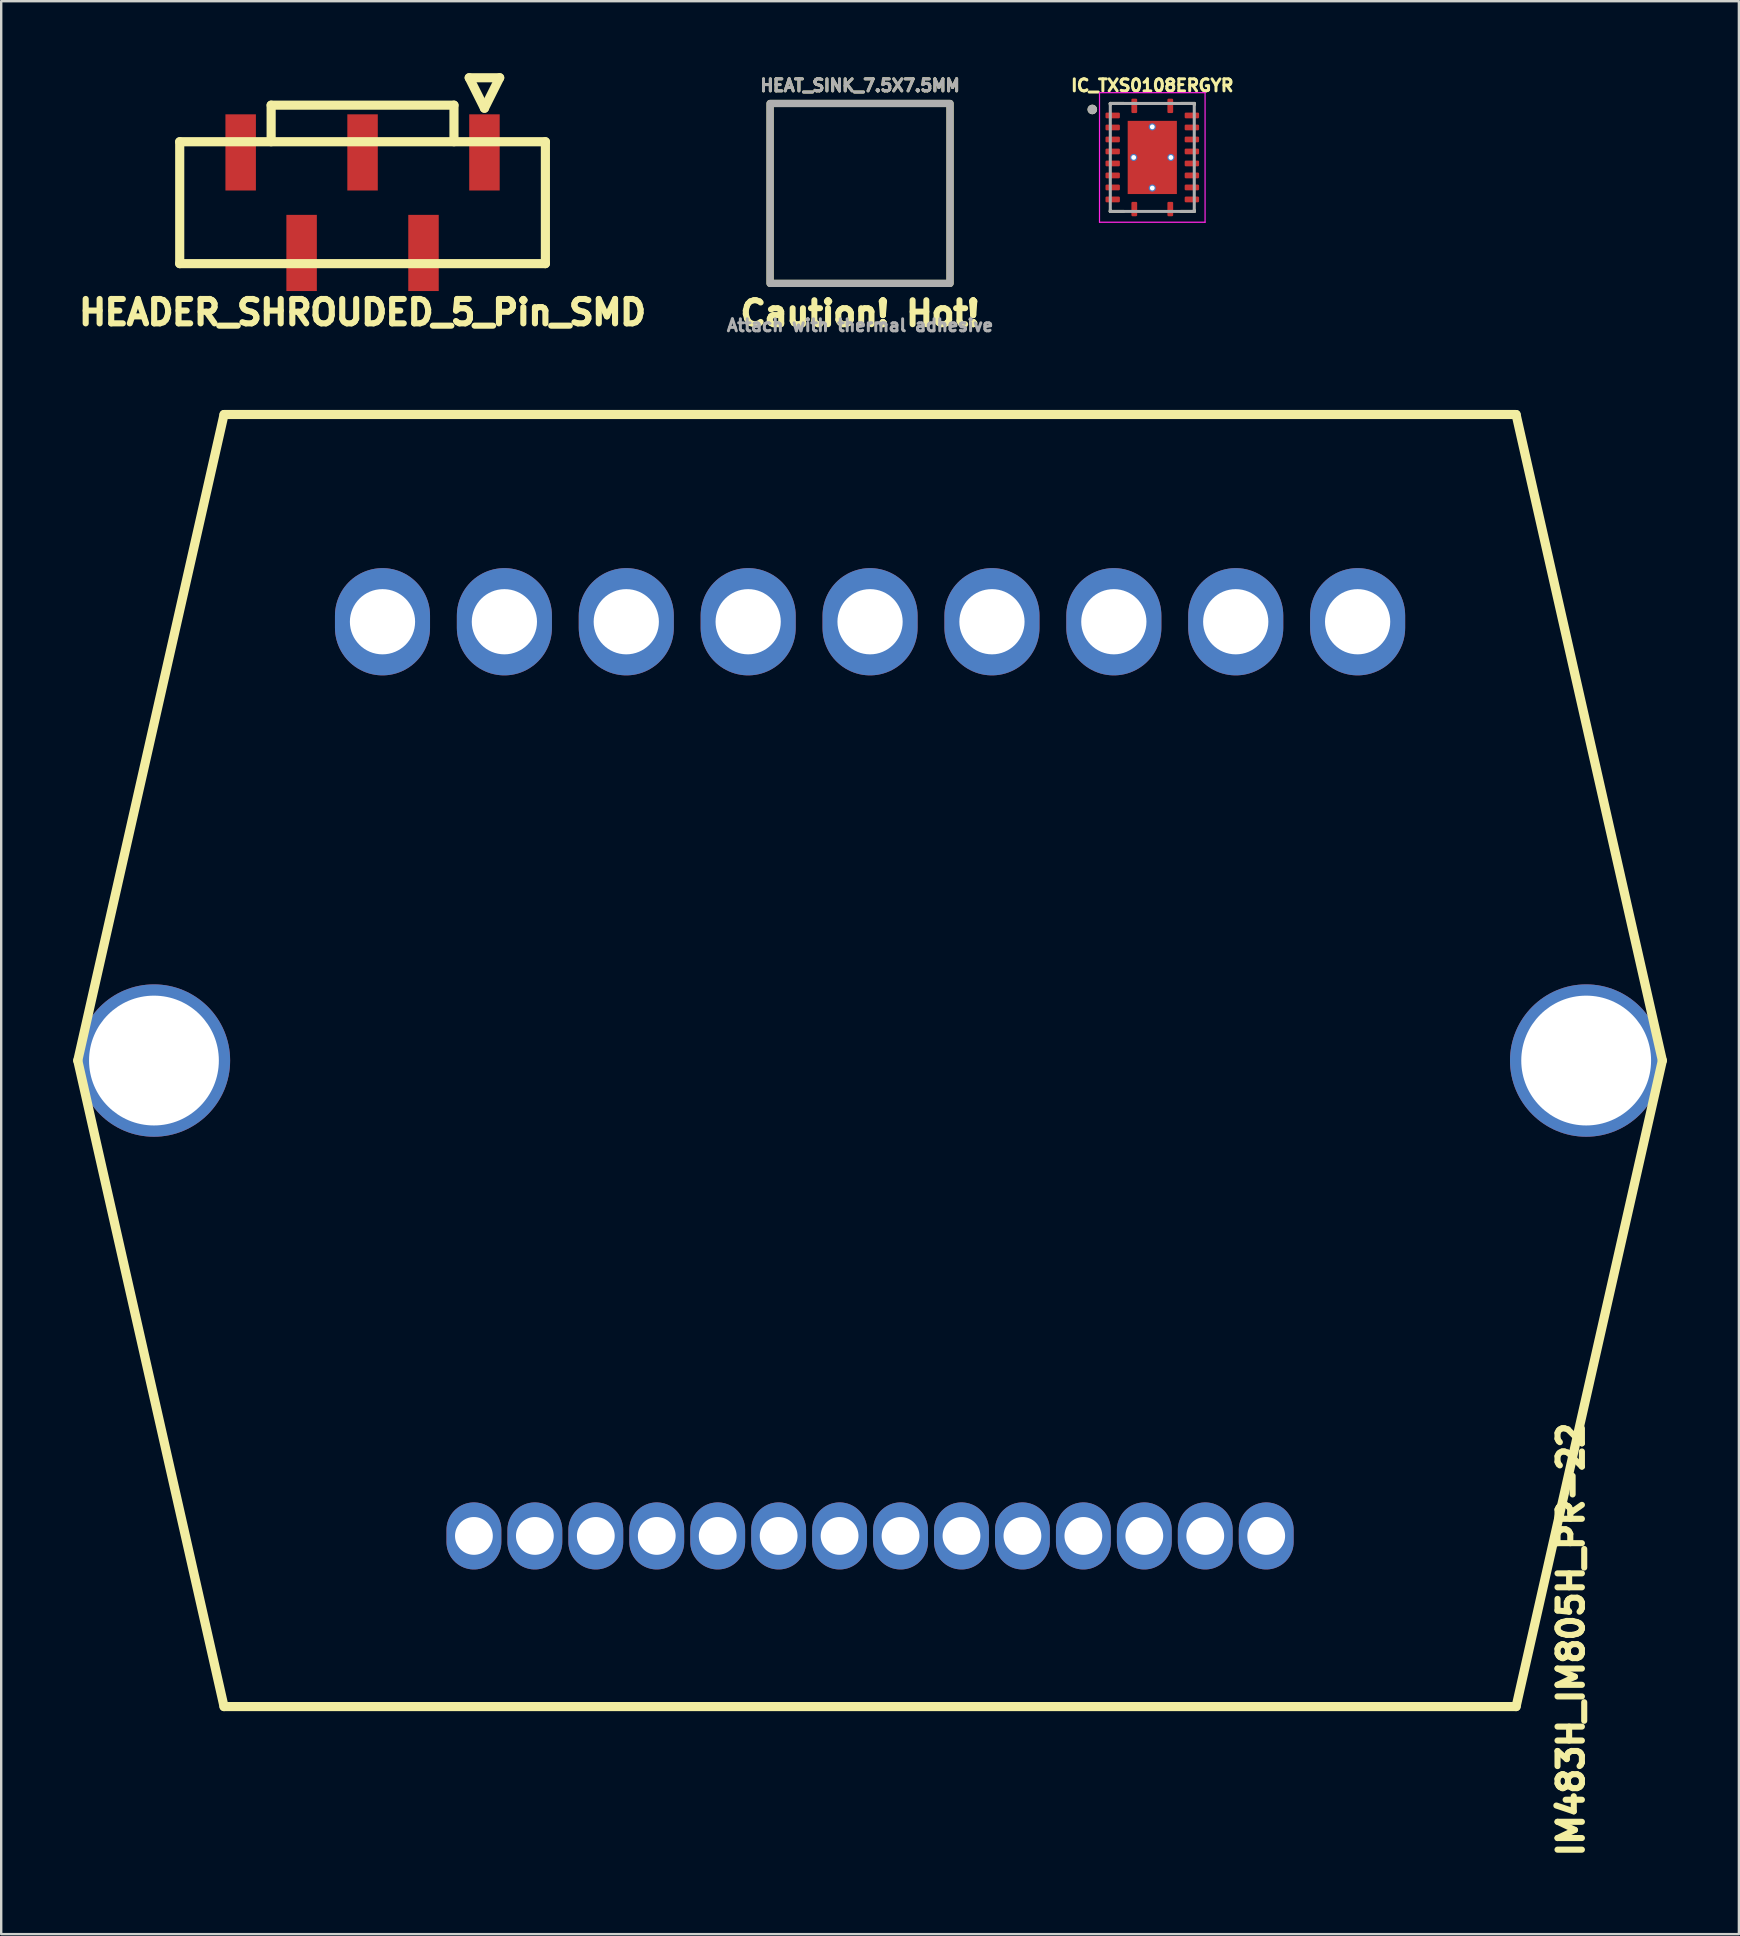
<source format=kicad_pcb>
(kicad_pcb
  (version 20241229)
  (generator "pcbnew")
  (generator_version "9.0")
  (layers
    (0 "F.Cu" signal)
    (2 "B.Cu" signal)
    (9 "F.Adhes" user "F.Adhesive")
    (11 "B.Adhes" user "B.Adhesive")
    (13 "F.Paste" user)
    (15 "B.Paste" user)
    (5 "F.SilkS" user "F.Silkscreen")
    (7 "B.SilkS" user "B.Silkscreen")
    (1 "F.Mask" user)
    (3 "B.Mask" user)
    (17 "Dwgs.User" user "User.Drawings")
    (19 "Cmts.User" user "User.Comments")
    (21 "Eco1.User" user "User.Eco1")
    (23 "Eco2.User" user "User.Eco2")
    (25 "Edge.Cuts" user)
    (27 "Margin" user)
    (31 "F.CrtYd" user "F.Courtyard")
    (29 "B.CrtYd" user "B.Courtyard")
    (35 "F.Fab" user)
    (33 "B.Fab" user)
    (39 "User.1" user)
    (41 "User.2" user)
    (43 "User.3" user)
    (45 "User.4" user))
  (footprint "HEADER_SHROUDED_5_Pin_SMD"
    (layer "F.Cu")
    (at 12.06 5.397)
    (property "Reference" "HEADER_SHROUDED_5_Pin_SMD" (at 0 4.572 0) (layer "F.SilkS") (effects (font (size 1.016 1.016) (thickness 0.254))))
    (property "Value" "${VALUE}" (at 0 -5.08 0) (layer "F.SilkS") (hide yes) (effects (font (size 1.016 1.016) (thickness 0.254))))
    (attr through_hole)
    (fp_line (start -7.62 -2.54) (end -7.62 2.54) (stroke (width 0.381) (type solid)) (layer "F.SilkS"))
    (fp_line (start -7.62 2.54) (end 7.62 2.54) (stroke (width 0.381) (type solid)) (layer "F.SilkS"))
    (fp_line (start -3.81 -4.064) (end 3.81 -4.064) (stroke (width 0.381) (type solid)) (layer "F.SilkS"))
    (fp_line (start -3.81 -2.54) (end -3.81 -4.064) (stroke (width 0.381) (type solid)) (layer "F.SilkS"))
    (fp_line (start 3.81 -2.54) (end 3.81 -4.064) (stroke (width 0.381) (type solid)) (layer "F.SilkS"))
    (fp_line (start 4.445 -5.207) (end 5.08 -3.937) (stroke (width 0.381) (type solid)) (layer "F.SilkS"))
    (fp_line (start 5.08 -3.937) (end 5.715 -5.207) (stroke (width 0.381) (type solid)) (layer "F.SilkS"))
    (fp_line (start 5.715 -5.207) (end 4.445 -5.207) (stroke (width 0.381) (type solid)) (layer "F.SilkS"))
    (fp_line (start 7.62 -2.54) (end -7.62 -2.54) (stroke (width 0.381) (type solid)) (layer "F.SilkS"))
    (fp_line (start 7.62 2.54) (end 7.62 -2.54) (stroke (width 0.381) (type solid)) (layer "F.SilkS"))
    (pad "1" smd rect (at 5.08 -2.095) (size 1.27 3.175) (layers "F.Cu" "F.Mask" "F.Paste"))
    (pad "2" smd rect (at 2.54 2.095) (size 1.27 3.175) (layers "F.Cu" "F.Mask" "F.Paste"))
    (pad "3" smd rect (at 0 -2.095) (size 1.27 3.175) (layers "F.Cu" "F.Mask" "F.Paste"))
    (pad "4" smd rect (at -2.54 2.095) (size 1.27 3.175) (layers "F.Cu" "F.Mask" "F.Paste"))
    (pad "5" smd rect (at -5.08 -2.095) (size 1.27 3.175) (layers "F.Cu" "F.Mask" "F.Paste")))
  (footprint "IM483H_IM805H_PR-22"
    (layer "F.Cu")
    (at 33.211 41.15)
    (property "Reference" "IM483H_IM805H_PR-22" (at 29.21 24.13 90) (layer "F.SilkS") (effects (font (size 1.016 1.016) (thickness 0.254))))
    (attr through_hole)
    (fp_line (start -33.02 0) (end -26.924 -26.924) (stroke (width 0.381) (type solid)) (layer "F.SilkS"))
    (fp_line (start -26.924 -26.924) (end 26.924 -26.924) (stroke (width 0.381) (type solid)) (layer "F.SilkS"))
    (fp_line (start -26.924 26.924) (end -33.02 0) (stroke (width 0.381) (type solid)) (layer "F.SilkS"))
    (fp_line (start 26.924 -26.924) (end 33.02 0) (stroke (width 0.381) (type solid)) (layer "F.SilkS"))
    (fp_line (start 26.924 26.924) (end -26.924 26.924) (stroke (width 0.381) (type solid)) (layer "F.SilkS"))
    (fp_line (start 33.02 0) (end 26.924 26.924) (stroke (width 0.381) (type solid)) (layer "F.SilkS"))
    (pad "" np_thru_hole circle (at -29.845 0) (size 6.35 6.35) (drill 5.41) (layers "*.Cu" "*.Mask"))
    (pad "" np_thru_hole circle (at 29.845 0) (size 6.35 6.35) (drill 5.41) (layers "*.Cu" "*.Mask"))
    (pad "1_1" thru_hole oval (at 16.51 19.812) (size 2.286 2.794) (drill 1.575) (layers "*.Cu" "*.Mask"))
    (pad "1_2" thru_hole oval (at 13.97 19.812) (size 2.286 2.794) (drill 1.575) (layers "*.Cu" "*.Mask"))
    (pad "1_3" thru_hole oval (at 11.43 19.812) (size 2.286 2.794) (drill 1.575) (layers "*.Cu" "*.Mask"))
    (pad "1_4" thru_hole oval (at 8.89 19.812) (size 2.286 2.794) (drill 1.575) (layers "*.Cu" "*.Mask"))
    (pad "1_5" thru_hole oval (at 6.35 19.812) (size 2.286 2.794) (drill 1.575) (layers "*.Cu" "*.Mask"))
    (pad "1_6" thru_hole oval (at 3.81 19.812) (size 2.286 2.794) (drill 1.575) (layers "*.Cu" "*.Mask"))
    (pad "1_7" thru_hole oval (at 1.27 19.812) (size 2.286 2.794) (drill 1.575) (layers "*.Cu" "*.Mask"))
    (pad "1_8" thru_hole oval (at -1.27 19.812) (size 2.286 2.794) (drill 1.575) (layers "*.Cu" "*.Mask"))
    (pad "1_9" thru_hole oval (at -3.81 19.812) (size 2.286 2.794) (drill 1.575) (layers "*.Cu" "*.Mask"))
    (pad "1_10" thru_hole oval (at -6.35 19.812) (size 2.286 2.794) (drill 1.575) (layers "*.Cu" "*.Mask"))
    (pad "1_11" thru_hole oval (at -8.89 19.812) (size 2.286 2.794) (drill 1.575) (layers "*.Cu" "*.Mask"))
    (pad "1_12" thru_hole oval (at -11.43 19.812) (size 2.286 2.794) (drill 1.575) (layers "*.Cu" "*.Mask"))
    (pad "1_13" thru_hole oval (at -13.97 19.812) (size 2.286 2.794) (drill 1.575) (layers "*.Cu" "*.Mask"))
    (pad "1_14" thru_hole oval (at -16.51 19.812) (size 2.286 2.794) (drill 1.575) (layers "*.Cu" "*.Mask"))
    (pad "2_1" thru_hole oval (at -20.32 -18.288) (size 3.962 4.47) (drill 2.718) (layers "*.Cu" "*.Mask"))
    (pad "2_2" thru_hole oval (at -15.24 -18.288) (size 3.962 4.47) (drill 2.718) (layers "*.Cu" "*.Mask"))
    (pad "2_3" thru_hole oval (at -10.16 -18.288) (size 3.962 4.47) (drill 2.718) (layers "*.Cu" "*.Mask"))
    (pad "2_4" thru_hole oval (at -5.08 -18.288) (size 3.962 4.47) (drill 2.718) (layers "*.Cu" "*.Mask"))
    (pad "2_5" thru_hole oval (at 0 -18.288) (size 3.962 4.47) (drill 2.718) (layers "*.Cu" "*.Mask"))
    (pad "2_6" thru_hole oval (at 5.08 -18.288) (size 3.962 4.47) (drill 2.718) (layers "*.Cu" "*.Mask"))
    (pad "2_7" thru_hole oval (at 10.16 -18.288) (size 3.962 4.47) (drill 2.718) (layers "*.Cu" "*.Mask"))
    (pad "2_8" thru_hole oval (at 15.24 -18.288) (size 3.962 4.47) (drill 2.718) (layers "*.Cu" "*.Mask"))
    (pad "2_9" thru_hole oval (at 20.32 -18.288) (size 3.962 4.47) (drill 2.718) (layers "*.Cu" "*.Mask")))
  (footprint "IC_TXS0108ERGYR"
    (layer "F.Cu")
    (at 44.973 3.512)
    (property "Reference" "IC_TXS0108ERGYR" (at 0 -3 0) (layer "F.SilkS") (effects (font (size 0.5 0.5) (thickness 0.125))))
    (attr smd)
    (fp_line (start -1.75 -2.25) (end -1.75 -2.2) (stroke (width 0.127) (type solid)) (layer "F.SilkS"))
    (fp_line (start -1.75 -2.25) (end -1.19 -2.25) (stroke (width 0.127) (type solid)) (layer "F.SilkS"))
    (fp_line (start -1.75 2.25) (end -1.75 2.2) (stroke (width 0.127) (type solid)) (layer "F.SilkS"))
    (fp_line (start -1.75 2.25) (end -1.19 2.25) (stroke (width 0.127) (type solid)) (layer "F.SilkS"))
    (fp_line (start 1.75 -2.25) (end 1.19 -2.25) (stroke (width 0.127) (type solid)) (layer "F.SilkS"))
    (fp_line (start 1.75 -2.25) (end 1.75 -2.2) (stroke (width 0.127) (type solid)) (layer "F.SilkS"))
    (fp_line (start 1.75 2.25) (end 1.19 2.25) (stroke (width 0.127) (type solid)) (layer "F.SilkS"))
    (fp_line (start 1.75 2.25) (end 1.75 2.2) (stroke (width 0.127) (type solid)) (layer "F.SilkS"))
    (fp_circle (center -2.5 -2) (end -2.4 -2) (stroke (width 0.2) (type solid)) (fill no) (layer "F.SilkS"))
    (fp_poly (pts (xy -1.02 -1.435) (xy -0.1 -1.435) (xy -0.1 -0.105) (xy -1.02 -0.105)) (stroke (width 0.01) (type solid)) (fill yes) (layer "F.Paste"))
    (fp_poly (pts (xy -1.02 0.105) (xy -0.1 0.105) (xy -0.1 1.435) (xy -1.02 1.435)) (stroke (width 0.01) (type solid)) (fill yes) (layer "F.Paste"))
    (fp_poly (pts (xy 0.1 -1.435) (xy 1.02 -1.435) (xy 1.02 -0.105) (xy 0.1 -0.105)) (stroke (width 0.01) (type solid)) (fill yes) (layer "F.Paste"))
    (fp_poly (pts (xy 0.1 0.105) (xy 1.02 0.105) (xy 1.02 1.435) (xy 0.1 1.435)) (stroke (width 0.01) (type solid)) (fill yes) (layer "F.Paste"))
    (fp_line (start -2.2 -2.7) (end 2.2 -2.7) (stroke (width 0.05) (type solid)) (layer "F.CrtYd"))
    (fp_line (start -2.2 2.7) (end -2.2 -2.7) (stroke (width 0.05) (type solid)) (layer "F.CrtYd"))
    (fp_line (start -2.2 2.7) (end 2.2 2.7) (stroke (width 0.05) (type solid)) (layer "F.CrtYd"))
    (fp_line (start 2.2 2.7) (end 2.2 -2.7) (stroke (width 0.05) (type solid)) (layer "F.CrtYd"))
    (fp_line (start -1.75 2.25) (end -1.75 -2.25) (stroke (width 0.127) (type solid)) (layer "F.Fab"))
    (fp_line (start 1.75 -2.25) (end -1.75 -2.25) (stroke (width 0.127) (type solid)) (layer "F.Fab"))
    (fp_line (start 1.75 2.25) (end -1.75 2.25) (stroke (width 0.127) (type solid)) (layer "F.Fab"))
    (fp_line (start 1.75 2.25) (end 1.75 -2.25) (stroke (width 0.127) (type solid)) (layer "F.Fab"))
    (fp_circle (center -2.5 -2) (end -2.4 -2) (stroke (width 0.2) (type solid)) (fill no) (layer "F.Fab"))
    (pad "1" smd roundrect (at -0.75 -2.15) (size 0.24 0.6) (layers "F.Cu" "F.Mask" "F.Paste") (roundrect_rratio 0.2))
    (pad "2" smd roundrect (at -1.65 -1.75) (size 0.6 0.24) (layers "F.Cu" "F.Mask" "F.Paste") (roundrect_rratio 0.2))
    (pad "3" smd roundrect (at -1.65 -1.25) (size 0.6 0.24) (layers "F.Cu" "F.Mask" "F.Paste") (roundrect_rratio 0.2))
    (pad "4" smd roundrect (at -1.65 -0.75) (size 0.6 0.24) (layers "F.Cu" "F.Mask" "F.Paste") (roundrect_rratio 0.2))
    (pad "5" smd roundrect (at -1.65 -0.25) (size 0.6 0.24) (layers "F.Cu" "F.Mask" "F.Paste") (roundrect_rratio 0.2))
    (pad "6" smd roundrect (at -1.65 0.25) (size 0.6 0.24) (layers "F.Cu" "F.Mask" "F.Paste") (roundrect_rratio 0.2))
    (pad "7" smd roundrect (at -1.65 0.75) (size 0.6 0.24) (layers "F.Cu" "F.Mask" "F.Paste") (roundrect_rratio 0.2))
    (pad "8" smd roundrect (at -1.65 1.25) (size 0.6 0.24) (layers "F.Cu" "F.Mask" "F.Paste") (roundrect_rratio 0.2))
    (pad "9" smd roundrect (at -1.65 1.75) (size 0.6 0.24) (layers "F.Cu" "F.Mask" "F.Paste") (roundrect_rratio 0.2))
    (pad "10" smd roundrect (at -0.75 2.15) (size 0.24 0.6) (layers "F.Cu" "F.Mask" "F.Paste") (roundrect_rratio 0.2))
    (pad "11" smd roundrect (at 0.75 2.15) (size 0.24 0.6) (layers "F.Cu" "F.Mask" "F.Paste") (roundrect_rratio 0.2))
    (pad "12" smd roundrect (at 1.65 1.75) (size 0.6 0.24) (layers "F.Cu" "F.Mask" "F.Paste") (roundrect_rratio 0.2))
    (pad "13" smd roundrect (at 1.65 1.25) (size 0.6 0.24) (layers "F.Cu" "F.Mask" "F.Paste") (roundrect_rratio 0.2))
    (pad "14" smd roundrect (at 1.65 0.75) (size 0.6 0.24) (layers "F.Cu" "F.Mask" "F.Paste") (roundrect_rratio 0.2))
    (pad "15" smd roundrect (at 1.65 0.25) (size 0.6 0.24) (layers "F.Cu" "F.Mask" "F.Paste") (roundrect_rratio 0.2))
    (pad "16" smd roundrect (at 1.65 -0.25) (size 0.6 0.24) (layers "F.Cu" "F.Mask" "F.Paste") (roundrect_rratio 0.2))
    (pad "17" smd roundrect (at 1.65 -0.75) (size 0.6 0.24) (layers "F.Cu" "F.Mask" "F.Paste") (roundrect_rratio 0.2))
    (pad "18" smd roundrect (at 1.65 -1.25) (size 0.6 0.24) (layers "F.Cu" "F.Mask" "F.Paste") (roundrect_rratio 0.2))
    (pad "19" smd roundrect (at 1.65 -1.75) (size 0.6 0.24) (layers "F.Cu" "F.Mask" "F.Paste") (roundrect_rratio 0.2))
    (pad "20" smd roundrect (at 0.75 -2.15) (size 0.24 0.6) (layers "F.Cu" "F.Mask" "F.Paste") (roundrect_rratio 0.2))
    (pad "21" thru_hole circle (at -0.775 0) (size 0.3 0.3) (drill 0.2) (layers "*.Cu"))
    (pad "21" thru_hole circle (at 0 -1.275) (size 0.3 0.3) (drill 0.2) (layers "*.Cu"))
    (pad "21" smd rect (at 0 0) (size 2.05 3.05) (layers "F.Cu" "F.Mask"))
    (pad "21" thru_hole circle (at 0 1.275) (size 0.3 0.3) (drill 0.2) (layers "*.Cu"))
    (pad "21" thru_hole circle (at 0.775 0) (size 0.3 0.3) (drill 0.2) (layers "*.Cu")))
  (footprint "HEAT_SINK_7.5X7.5MM"
    (layer "F.Cu")
    (at 32.794 5.012)
    (property "Reference" "HEAT_SINK_7.5X7.5MM" (at 0 -4.5 0) (layer "F.Fab") (effects (font (size 0.5 0.5) (thickness 0.125))))
    (attr smd)
    (fp_rect (start -3.75 -3.75) (end 3.75 3.75) (stroke (width 0.3) (type default)) (fill no) (layer "F.SilkS"))
    (fp_rect (start -3.75 -3.75) (end 3.75 3.75) (stroke (width 0.3) (type default)) (fill no) (layer "F.Fab"))
    (fp_text user "Caution! Hot!" (at 0 5 0) (unlocked yes) (layer "F.SilkS") (effects (font (size 1 1) (thickness 0.25) (bold yes))))
    (fp_text user "${REFERENCE}" (at 0 -4.5 0) (layer "F.SilkS") (effects (font (size 0.5 0.5) (thickness 0.125))))
    (fp_text user "Attach with thermal adhesive" (at 0 5.5 0) (unlocked yes) (layer "F.Fab") (effects (font (size 0.5 0.5) (thickness 0.125) (bold yes)))))
  (gr_rect
    (start -3 -3)
    (end 69.421 77.558)
    (stroke (width 0.1) (type default))
    (fill no)
    (layer "Edge.Cuts")))
</source>
